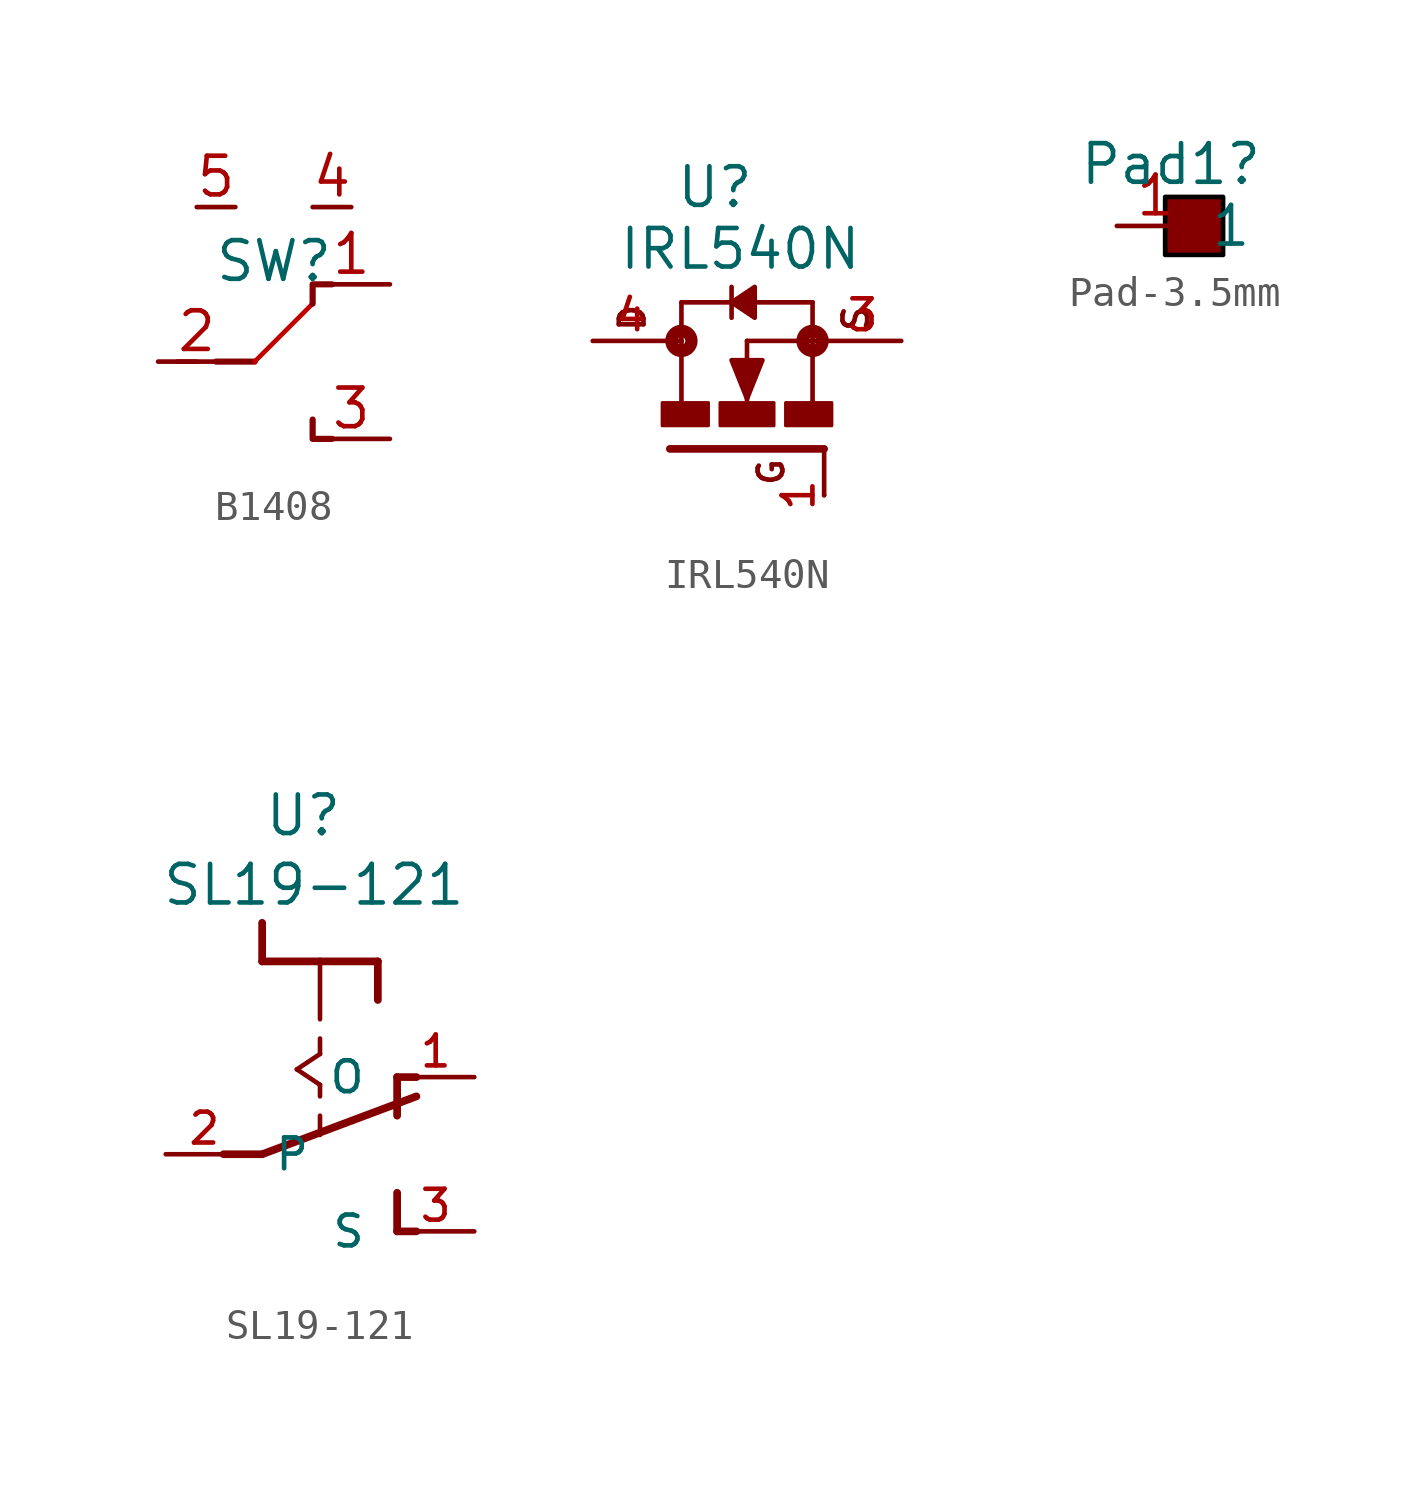
<source format=kicad_sym>
(kicad_symbol_lib
  (version 20241209)
  (generator "kicad_symbol_editor")
  (generator_version "9.0")
  (symbol "B1408"
    (property "Reference" "SW"
      (at 0 3.302 0)
      (effects (font (size 1.27 1.27))))
    (property "Value" ""
      (at 0 0 0)
      (effects (font (size 1.27 1.27))))
    (symbol "B1408_1_1"
      (polyline (pts (xy -3.175 0) (xy -2.54 0)) (stroke (width 0) (type default)) (fill (type none)))
      (polyline (pts (xy -1.905 0) (xy -1.27 0)) (stroke (width 0) (type default)) (fill (type none)))
      (polyline (pts (xy -1.905 0) (xy -0.635 0)) (stroke (width 0.203) (type solid)) (fill (type none)))
      (polyline (pts (xy -0.635 0) (xy 1.27 1.905)) (stroke (width 0) (type solid) (color 194 0 0 1)) (fill (type none)))
      (polyline (pts (xy 1.27 -2.54) (xy 1.27 -2.54)) (stroke (width 0) (type default)) (fill (type none)))
      (polyline (pts (xy 1.905 2.54) (xy 1.27 2.54) (xy 1.27 1.905)) (stroke (width 0.203) (type solid) (color 132 0 0 1)) (fill (type none)))
      (polyline (pts (xy 1.905 -2.54) (xy 1.27 -2.54) (xy 1.27 -1.905)) (stroke (width 0.203) (type solid)) (fill (type none)))
      (pin input line (at -3.81 0 0) (length 2.54) (name "" (effects (font (size 1.27 1.27)))) (number "2" (effects (font (size 1.27 1.27)))))
      (pin passive line (at -2.54 5.08 0) (length 1.27) (name "" (effects (font (size 1.27 1.27)))) (number "5" (effects (font (size 1.27 1.27)))))
      (pin passive line (at 2.54 5.08 180) (length 1.27) (name "" (effects (font (size 1.27 1.27)))) (number "4" (effects (font (size 1.27 1.27)))))
      (pin output line (at 3.81 2.54 180) (length 2.54) (name "" (effects (font (size 1.27 1.27)))) (number "1" (effects (font (size 1.27 1.27)))))
      (pin output line (at 3.81 -2.54 180) (length 2.54) (name "" (effects (font (size 1.27 1.27)))) (number "3" (effects (font (size 1.27 1.27)))))))
  (symbol "IRL540N"
    (pin_names
      (offset 1.016))
    (property "Reference" "U"
      (at 0.254 4.318 0)
      (effects (font (size 1.27 1.27)) (justify right bottom)))
    (property "Value" "IRL540N"
      (at 3.81 2.286 0)
      (effects (font (size 1.27 1.27)) (justify right bottom)))
    (symbol "IRL540N_0_0"
      (polyline (pts (xy -2.54 0) (xy -2.159 0)) (stroke (width 0.152) (type default)) (fill (type none)))
      (polyline (pts (xy -2.54 -3.556) (xy 2.54 -3.556)) (stroke (width 0.254) (type default)) (fill (type none)))
      (polyline (pts (xy -2.159 1.27) (xy -2.159 0)) (stroke (width 0.152) (type default)) (fill (type none)))
      (circle (center -2.159 0) (radius 0.127) (stroke (width 0.406) (type default)) (fill (type none)))
      (polyline (pts (xy -2.159 0) (xy -2.159 -2.007)) (stroke (width 0.152) (type default)) (fill (type none)))
      (rectangle (start -1.27 -2.794) (end -2.794 -2.032) (stroke (width 0.1) (type default)) (fill (type outline)))
      (polyline (pts (xy -0.508 1.27) (xy -2.159 1.27)) (stroke (width 0.152) (type default)) (fill (type none)))
      (polyline (pts (xy -0.508 1.27) (xy -0.508 1.778)) (stroke (width 0.152) (type default)) (fill (type none)))
      (polyline (pts (xy -0.508 1.27) (xy 0.254 0.762) (xy 0.254 1.778) (xy -0.508 1.27)) (stroke (width 0.152) (type default)) (fill (type outline)))
      (polyline (pts (xy -0.508 0.762) (xy -0.508 1.27)) (stroke (width 0.152) (type default)) (fill (type none)))
      (polyline (pts (xy 0 0) (xy 2.159 0)) (stroke (width 0.152) (type default)) (fill (type none)))
      (polyline (pts (xy 0 -1.905) (xy 0.508 -0.635) (xy -0.508 -0.635) (xy 0 -1.905)) (stroke (width 0.152) (type default)) (fill (type outline)))
      (polyline (pts (xy 0 -2.159) (xy 0 0)) (stroke (width 0.152) (type default)) (fill (type none)))
      (rectangle (start 0.889 -2.794) (end -0.889 -2.032) (stroke (width 0.1) (type default)) (fill (type outline)))
      (polyline (pts (xy 2.159 1.27) (xy 0.127 1.27)) (stroke (width 0.152) (type default)) (fill (type none)))
      (polyline (pts (xy 2.159 1.27) (xy 2.159 0)) (stroke (width 0.152) (type default)) (fill (type none)))
      (polyline (pts (xy 2.159 0) (xy 2.54 0)) (stroke (width 0.152) (type default)) (fill (type none)))
      (circle (center 2.159 0) (radius 0.127) (stroke (width 0.406) (type default)) (fill (type none)))
      (polyline (pts (xy 2.159 -2.032) (xy 2.159 0)) (stroke (width 0.152) (type default)) (fill (type none)))
      (polyline (pts (xy 2.54 -3.556) (xy 2.54 -5.08)) (stroke (width 0.152) (type default)) (fill (type none)))
      (rectangle (start 2.794 -2.794) (end 1.27 -2.032) (stroke (width 0.1) (type default)) (fill (type outline)))
      (text "D" (at -3.302 0.254 900) (effects (font (size 0.813 0.813)) (justify left bottom)))
      (text "G" (at 1.27 -4.826 900) (effects (font (size 0.813 0.813)) (justify left bottom)))
      (text "S" (at 4.064 0.254 900) (effects (font (size 0.813 0.813)) (justify left bottom)))
      (pin passive line (at 2.54 -5.08 90) (length 0) (name "~" (effects (font (size 1.016 1.016)))) (number "1" (effects (font (size 1.016 1.016)))))
      (pin passive line (at 5.08 0 180) (length 2.54) (name "~" (effects (font (size 1.016 1.016)))) (number "3" (effects (font (size 1.016 1.016))))))
    (symbol "IRL540N_1_0"
      (pin passive line (at -5.08 0 0) (length 2.54) (name "~" (effects (font (size 1.016 1.016)))) (number "4" (effects (font (size 1.016 1.016)))))))
  (symbol "Pad-3.5mm"
    (property "Reference" "Pad1"
      (at 0.508 2.032 0)
      (effects (font (size 1.27 1.27))))
    (property "Value" ""
      (at 0 0 0)
      (effects (font (size 1.27 1.27))))
    (symbol "Pad-3.5mm_1_1"
      (rectangle (start 0.318 0.953) (end 2.223 -0.953) (stroke (width 0) (type solid) (color 0 0 0 1)) (fill (type color) (color 132 0 0 1)))
      (pin input line (at -1.27 0 0) (length 2.54) (name "1" (effects (font (size 1.27 1.27)))) (number "1" (effects (font (size 1.27 1.27)))))))
  (symbol "SL19-121"
    (pin_names
      (offset 1.016))
    (property "Reference" "U"
      (at 0.762 10.414 0)
      (effects (font (size 1.27 1.27)) (justify right bottom)))
    (property "Value" "SL19-121"
      (at 4.826 8.128 0)
      (effects (font (size 1.27 1.27)) (justify right bottom)))
    (symbol "SL19-121_0_0"
      (polyline (pts (xy -3.175 0) (xy -1.905 0)) (stroke (width 0.254) (type default)) (fill (type none)))
      (polyline (pts (xy -1.905 6.35) (xy -1.905 7.62)) (stroke (width 0.254) (type default)) (fill (type none)))
      (polyline (pts (xy -1.905 0) (xy 3.175 1.905)) (stroke (width 0.254) (type default)) (fill (type none)))
      (polyline (pts (xy -0.762 2.794) (xy 0 2.286)) (stroke (width 0.152) (type default)) (fill (type none)))
      (polyline (pts (xy 0 6.35) (xy -1.905 6.35)) (stroke (width 0.254) (type default)) (fill (type none)))
      (polyline (pts (xy 0 6.35) (xy 0 4.445)) (stroke (width 0.152) (type default)) (fill (type none)))
      (polyline (pts (xy 0 3.81) (xy 0 3.302)) (stroke (width 0.152) (type default)) (fill (type none)))
      (polyline (pts (xy 0 3.302) (xy -0.762 2.794)) (stroke (width 0.152) (type default)) (fill (type none)))
      (polyline (pts (xy 0 2.286) (xy 0 1.905)) (stroke (width 0.152) (type default)) (fill (type none)))
      (polyline (pts (xy 0 1.27) (xy 0 0.635)) (stroke (width 0.152) (type default)) (fill (type none)))
      (polyline (pts (xy 1.905 6.35) (xy 0 6.35)) (stroke (width 0.254) (type default)) (fill (type none)))
      (polyline (pts (xy 1.905 6.35) (xy 1.905 5.08)) (stroke (width 0.254) (type default)) (fill (type none)))
      (polyline (pts (xy 2.54 2.54) (xy 2.54 1.27)) (stroke (width 0.254) (type default)) (fill (type none)))
      (polyline (pts (xy 2.54 2.54) (xy 3.175 2.54)) (stroke (width 0.254) (type default)) (fill (type none)))
      (polyline (pts (xy 2.54 -1.27) (xy 2.54 -2.54)) (stroke (width 0.254) (type default)) (fill (type none)))
      (polyline (pts (xy 2.54 -2.54) (xy 3.175 -2.54)) (stroke (width 0.254) (type default)) (fill (type none)))
      (pin passive line (at -5.08 0 0) (length 2.54) (name "P" (effects (font (size 1.016 1.016)))) (number "2" (effects (font (size 1.016 1.016)))))
      (pin passive line (at 5.08 2.54 180) (length 2.54) (name "O" (effects (font (size 1.016 1.016)))) (number "1" (effects (font (size 1.016 1.016)))))
      (pin passive line (at 5.08 -2.54 180) (length 2.54) (name "S" (effects (font (size 1.016 1.016)))) (number "3" (effects (font (size 1.016 1.016))))))))
</source>
